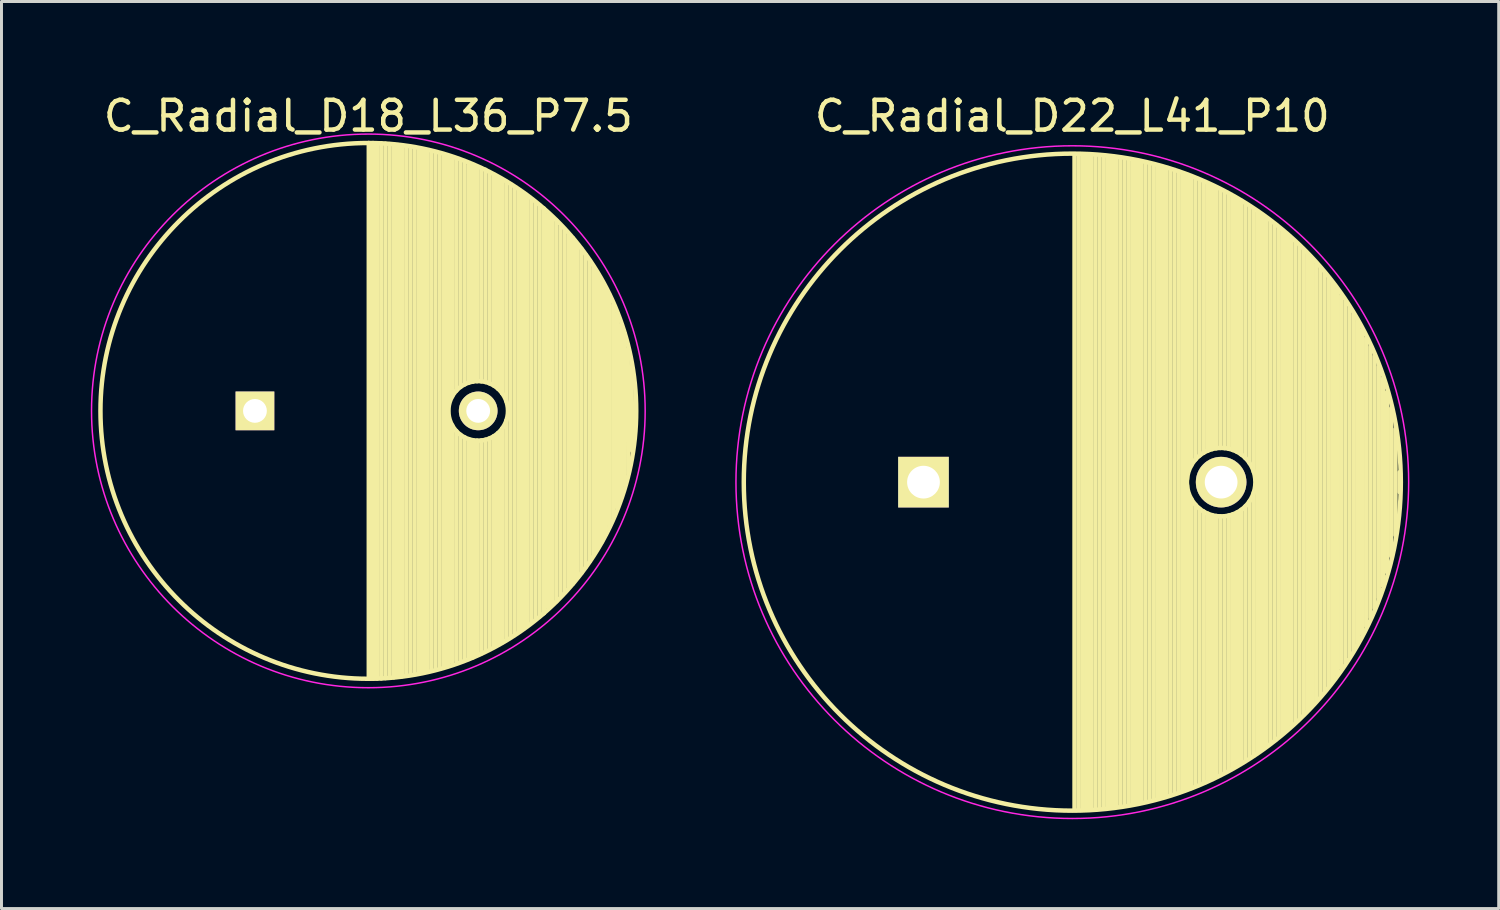
<source format=kicad_pcb>
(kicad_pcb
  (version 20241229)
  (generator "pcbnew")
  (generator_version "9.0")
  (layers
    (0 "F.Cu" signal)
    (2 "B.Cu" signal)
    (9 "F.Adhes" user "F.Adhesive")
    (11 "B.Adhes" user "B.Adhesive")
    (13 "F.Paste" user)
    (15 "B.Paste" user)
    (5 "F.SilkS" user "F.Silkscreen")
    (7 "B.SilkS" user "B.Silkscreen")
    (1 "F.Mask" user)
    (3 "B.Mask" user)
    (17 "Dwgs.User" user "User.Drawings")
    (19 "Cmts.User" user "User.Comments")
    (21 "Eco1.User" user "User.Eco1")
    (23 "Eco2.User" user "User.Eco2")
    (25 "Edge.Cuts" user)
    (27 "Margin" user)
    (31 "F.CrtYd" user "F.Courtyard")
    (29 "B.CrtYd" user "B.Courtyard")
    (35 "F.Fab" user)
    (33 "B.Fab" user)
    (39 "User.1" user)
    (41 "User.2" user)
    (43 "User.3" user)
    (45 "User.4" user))
  (footprint "C_Radial_D18_L36_P7.5"
    (layer "F.Cu")
    (at 5.515 10.754)
    (property "Reference" "C_Radial_D18_L36_P7.5" (at 3.81 -9.906 0) (layer "F.SilkS") (effects (font (size 1 1) (thickness 0.15))))
    (attr through_hole)
    (fp_line (start 3.825 -9) (end 3.825 9) (stroke (width 0.15) (type solid)) (layer "F.SilkS"))
    (fp_line (start 3.965 -8.997) (end 3.965 8.997) (stroke (width 0.15) (type solid)) (layer "F.SilkS"))
    (fp_line (start 4.105 -8.992) (end 4.105 8.992) (stroke (width 0.15) (type solid)) (layer "F.SilkS"))
    (fp_line (start 4.245 -8.985) (end 4.245 8.985) (stroke (width 0.15) (type solid)) (layer "F.SilkS"))
    (fp_line (start 4.385 -8.975) (end 4.385 8.975) (stroke (width 0.15) (type solid)) (layer "F.SilkS"))
    (fp_line (start 4.525 -8.962) (end 4.525 8.962) (stroke (width 0.15) (type solid)) (layer "F.SilkS"))
    (fp_line (start 4.665 -8.948) (end 4.665 8.948) (stroke (width 0.15) (type solid)) (layer "F.SilkS"))
    (fp_line (start 4.805 -8.93) (end 4.805 8.93) (stroke (width 0.15) (type solid)) (layer "F.SilkS"))
    (fp_line (start 4.945 -8.91) (end 4.945 8.91) (stroke (width 0.15) (type solid)) (layer "F.SilkS"))
    (fp_line (start 5.085 -8.888) (end 5.085 8.888) (stroke (width 0.15) (type solid)) (layer "F.SilkS"))
    (fp_line (start 5.225 -8.863) (end 5.225 8.863) (stroke (width 0.15) (type solid)) (layer "F.SilkS"))
    (fp_line (start 5.365 -8.835) (end 5.365 8.835) (stroke (width 0.15) (type solid)) (layer "F.SilkS"))
    (fp_line (start 5.505 -8.805) (end 5.505 8.805) (stroke (width 0.15) (type solid)) (layer "F.SilkS"))
    (fp_line (start 5.645 -8.772) (end 5.645 8.772) (stroke (width 0.15) (type solid)) (layer "F.SilkS"))
    (fp_line (start 5.785 -8.737) (end 5.785 8.737) (stroke (width 0.15) (type solid)) (layer "F.SilkS"))
    (fp_line (start 5.925 -8.699) (end 5.925 8.699) (stroke (width 0.15) (type solid)) (layer "F.SilkS"))
    (fp_line (start 6.065 -8.658) (end 6.065 8.658) (stroke (width 0.15) (type solid)) (layer "F.SilkS"))
    (fp_line (start 6.205 -8.614) (end 6.205 8.614) (stroke (width 0.15) (type solid)) (layer "F.SilkS"))
    (fp_line (start 6.345 -8.567) (end 6.345 8.567) (stroke (width 0.15) (type solid)) (layer "F.SilkS"))
    (fp_line (start 6.485 -8.518) (end 6.485 8.518) (stroke (width 0.15) (type solid)) (layer "F.SilkS"))
    (fp_line (start 6.625 -8.466) (end 6.625 -0.484) (stroke (width 0.15) (type solid)) (layer "F.SilkS"))
    (fp_line (start 6.625 0.484) (end 6.625 8.466) (stroke (width 0.15) (type solid)) (layer "F.SilkS"))
    (fp_line (start 6.765 -8.45) (end 6.765 -0.678) (stroke (width 0.15) (type solid)) (layer "F.SilkS"))
    (fp_line (start 6.765 0.678) (end 6.765 8.41) (stroke (width 0.15) (type solid)) (layer "F.SilkS"))
    (fp_line (start 6.905 -8.4) (end 6.905 -0.804) (stroke (width 0.15) (type solid)) (layer "F.SilkS"))
    (fp_line (start 6.905 0.804) (end 6.905 8.38) (stroke (width 0.15) (type solid)) (layer "F.SilkS"))
    (fp_line (start 7.045 -8.35) (end 7.045 -0.89) (stroke (width 0.15) (type solid)) (layer "F.SilkS"))
    (fp_line (start 7.045 0.89) (end 7.045 8.35) (stroke (width 0.15) (type solid)) (layer "F.SilkS"))
    (fp_line (start 7.185 -8.25) (end 7.185 -0.949) (stroke (width 0.15) (type solid)) (layer "F.SilkS"))
    (fp_line (start 7.185 0.949) (end 7.185 8.33) (stroke (width 0.15) (type solid)) (layer "F.SilkS"))
    (fp_line (start 7.325 -8.25) (end 7.325 -0.985) (stroke (width 0.15) (type solid)) (layer "F.SilkS"))
    (fp_line (start 7.325 0.985) (end 7.325 8.28) (stroke (width 0.15) (type solid)) (layer "F.SilkS"))
    (fp_line (start 7.465 -8.185) (end 7.465 -0.999) (stroke (width 0.15) (type solid)) (layer "F.SilkS"))
    (fp_line (start 7.465 0.999) (end 7.465 8.2) (stroke (width 0.15) (type solid)) (layer "F.SilkS"))
    (fp_line (start 7.605 -8.15) (end 7.605 -0.994) (stroke (width 0.15) (type solid)) (layer "F.SilkS"))
    (fp_line (start 7.605 0.994) (end 7.605 8.15) (stroke (width 0.15) (type solid)) (layer "F.SilkS"))
    (fp_line (start 7.745 -8.1) (end 7.745 -0.97) (stroke (width 0.15) (type solid)) (layer "F.SilkS"))
    (fp_line (start 7.745 0.97) (end 7.745 8.05) (stroke (width 0.15) (type solid)) (layer "F.SilkS"))
    (fp_line (start 7.885 -8) (end 7.885 -0.923) (stroke (width 0.15) (type solid)) (layer "F.SilkS"))
    (fp_line (start 7.885 0.923) (end 7.885 7.95) (stroke (width 0.15) (type solid)) (layer "F.SilkS"))
    (fp_line (start 8.025 -7.9) (end 8.025 -0.851) (stroke (width 0.15) (type solid)) (layer "F.SilkS"))
    (fp_line (start 8.025 0.851) (end 8.025 7.87) (stroke (width 0.15) (type solid)) (layer "F.SilkS"))
    (fp_line (start 8.165 -7.8) (end 8.165 -0.747) (stroke (width 0.15) (type solid)) (layer "F.SilkS"))
    (fp_line (start 8.165 0.747) (end 8.165 7.85) (stroke (width 0.15) (type solid)) (layer "F.SilkS"))
    (fp_line (start 8.305 -7.75) (end 8.305 -0.593) (stroke (width 0.15) (type solid)) (layer "F.SilkS"))
    (fp_line (start 8.305 0.593) (end 8.305 7.78) (stroke (width 0.15) (type solid)) (layer "F.SilkS"))
    (fp_line (start 8.445 -7.7) (end 8.445 -0.327) (stroke (width 0.15) (type solid)) (layer "F.SilkS"))
    (fp_line (start 8.445 0.327) (end 8.445 7.7) (stroke (width 0.15) (type solid)) (layer "F.SilkS"))
    (fp_line (start 8.585 -7.6) (end 8.585 7.6) (stroke (width 0.15) (type solid)) (layer "F.SilkS"))
    (fp_line (start 8.725 -7.5) (end 8.725 7.5) (stroke (width 0.15) (type solid)) (layer "F.SilkS"))
    (fp_line (start 8.865 -7.4) (end 8.865 7.4) (stroke (width 0.15) (type solid)) (layer "F.SilkS"))
    (fp_line (start 9.005 -7.3) (end 9.005 7.3) (stroke (width 0.15) (type solid)) (layer "F.SilkS"))
    (fp_line (start 9.145 -7.2) (end 9.145 7.2) (stroke (width 0.15) (type solid)) (layer "F.SilkS"))
    (fp_line (start 9.285 -7.1) (end 9.285 7.1) (stroke (width 0.15) (type solid)) (layer "F.SilkS"))
    (fp_line (start 9.425 -7) (end 9.425 7) (stroke (width 0.15) (type solid)) (layer "F.SilkS"))
    (fp_line (start 9.565 -6.9) (end 9.565 6.9) (stroke (width 0.15) (type solid)) (layer "F.SilkS"))
    (fp_line (start 9.705 -6.8) (end 9.705 6.8) (stroke (width 0.15) (type solid)) (layer "F.SilkS"))
    (fp_line (start 9.845 -6.6) (end 9.845 6.6) (stroke (width 0.15) (type solid)) (layer "F.SilkS"))
    (fp_line (start 9.985 -6.5) (end 9.985 6.5) (stroke (width 0.15) (type solid)) (layer "F.SilkS"))
    (fp_line (start 10.125 -6.4) (end 10.125 6.4) (stroke (width 0.15) (type solid)) (layer "F.SilkS"))
    (fp_line (start 10.265 -6.2) (end 10.265 6.2) (stroke (width 0.15) (type solid)) (layer "F.SilkS"))
    (fp_line (start 10.405 -6.1) (end 10.405 6.1) (stroke (width 0.15) (type solid)) (layer "F.SilkS"))
    (fp_line (start 10.545 -5.9) (end 10.545 5.9) (stroke (width 0.15) (type solid)) (layer "F.SilkS"))
    (fp_line (start 10.685 -5.8) (end 10.685 5.8) (stroke (width 0.15) (type solid)) (layer "F.SilkS"))
    (fp_line (start 10.825 -5.6) (end 10.825 5.6) (stroke (width 0.15) (type solid)) (layer "F.SilkS"))
    (fp_line (start 10.965 -5.45) (end 10.965 5.45) (stroke (width 0.15) (type solid)) (layer "F.SilkS"))
    (fp_line (start 11.105 -5.25) (end 11.105 5.25) (stroke (width 0.15) (type solid)) (layer "F.SilkS"))
    (fp_line (start 11.245 -5.05) (end 11.245 5.05) (stroke (width 0.15) (type solid)) (layer "F.SilkS"))
    (fp_line (start 11.385 -4.8) (end 11.385 4.8) (stroke (width 0.15) (type solid)) (layer "F.SilkS"))
    (fp_line (start 11.525 -4.6) (end 11.525 4.6) (stroke (width 0.15) (type solid)) (layer "F.SilkS"))
    (fp_line (start 11.659 4.394) (end 11.659 -4.318) (stroke (width 0.15) (type solid)) (layer "F.SilkS"))
    (fp_line (start 11.786 4.14) (end 11.786 -4.115) (stroke (width 0.15) (type solid)) (layer "F.SilkS"))
    (fp_line (start 11.913 -3.886) (end 11.913 3.835) (stroke (width 0.15) (type solid)) (layer "F.SilkS"))
    (fp_line (start 12.04 3.581) (end 12.04 -3.556) (stroke (width 0.15) (type solid)) (layer "F.SilkS"))
    (fp_line (start 12.167 -3.277) (end 12.167 3.251) (stroke (width 0.15) (type solid)) (layer "F.SilkS"))
    (fp_line (start 12.294 2.946) (end 12.294 -2.896) (stroke (width 0.15) (type solid)) (layer "F.SilkS"))
    (fp_line (start 12.421 -2.591) (end 12.421 2.489) (stroke (width 0.15) (type solid)) (layer "F.SilkS"))
    (fp_line (start 12.548 2.083) (end 12.522 -2.057) (stroke (width 0.15) (type solid)) (layer "F.SilkS"))
    (fp_line (start 12.649 -1.473) (end 12.675 1.346) (stroke (width 0.15) (type solid)) (layer "F.SilkS"))
    (fp_circle (center 3.81 0) (end 3.81 -9) (stroke (width 0.15) (type solid)) (fill no) (layer "F.SilkS"))
    (fp_circle (center 7.5 0) (end 7.5 -1) (stroke (width 0.15) (type solid)) (fill no) (layer "F.SilkS"))
    (fp_circle (center 3.81 0) (end 3.81 -9.3) (stroke (width 0.05) (type solid)) (fill no) (layer "F.CrtYd"))
    (pad "1" thru_hole rect (at 0 0) (size 1.3 1.3) (drill 0.8) (layers "*.Cu" "*.Mask" "F.SilkS"))
    (pad "2" thru_hole circle (at 7.5 0) (size 1.3 1.3) (drill 0.8) (layers "*.Cu" "*.Mask" "F.SilkS")))
  (footprint "C_Radial_D22_L41_P10"
    (layer "F.Cu")
    (at 27.975 13.148)
    (property "Reference" "C_Radial_D22_L41_P10" (at 5 -12.3 0) (layer "F.SilkS") (effects (font (size 1 1) (thickness 0.15))))
    (attr through_hole)
    (fp_line (start 5.075 -11) (end 5.075 11) (stroke (width 0.15) (type solid)) (layer "F.SilkS"))
    (fp_line (start 5.215 -10.998) (end 5.215 10.998) (stroke (width 0.15) (type solid)) (layer "F.SilkS"))
    (fp_line (start 5.355 -10.994) (end 5.355 10.994) (stroke (width 0.15) (type solid)) (layer "F.SilkS"))
    (fp_line (start 5.495 -10.989) (end 5.495 10.989) (stroke (width 0.15) (type solid)) (layer "F.SilkS"))
    (fp_line (start 5.635 -10.982) (end 5.635 10.982) (stroke (width 0.15) (type solid)) (layer "F.SilkS"))
    (fp_line (start 5.775 -10.973) (end 5.775 10.973) (stroke (width 0.15) (type solid)) (layer "F.SilkS"))
    (fp_line (start 5.915 -10.962) (end 5.915 10.962) (stroke (width 0.15) (type solid)) (layer "F.SilkS"))
    (fp_line (start 6.055 -10.949) (end 6.055 10.949) (stroke (width 0.15) (type solid)) (layer "F.SilkS"))
    (fp_line (start 6.195 -10.935) (end 6.195 10.935) (stroke (width 0.15) (type solid)) (layer "F.SilkS"))
    (fp_line (start 6.335 -10.919) (end 6.335 10.919) (stroke (width 0.15) (type solid)) (layer "F.SilkS"))
    (fp_line (start 6.475 -10.901) (end 6.475 10.901) (stroke (width 0.15) (type solid)) (layer "F.SilkS"))
    (fp_line (start 6.615 -10.881) (end 6.615 10.881) (stroke (width 0.15) (type solid)) (layer "F.SilkS"))
    (fp_line (start 6.755 -10.859) (end 6.755 10.859) (stroke (width 0.15) (type solid)) (layer "F.SilkS"))
    (fp_line (start 6.895 -10.836) (end 6.895 10.836) (stroke (width 0.15) (type solid)) (layer "F.SilkS"))
    (fp_line (start 7.035 -10.81) (end 7.035 10.81) (stroke (width 0.15) (type solid)) (layer "F.SilkS"))
    (fp_line (start 7.175 -10.783) (end 7.175 10.783) (stroke (width 0.15) (type solid)) (layer "F.SilkS"))
    (fp_line (start 7.315 -10.754) (end 7.315 10.754) (stroke (width 0.15) (type solid)) (layer "F.SilkS"))
    (fp_line (start 7.455 -10.723) (end 7.455 10.723) (stroke (width 0.15) (type solid)) (layer "F.SilkS"))
    (fp_line (start 7.595 -10.69) (end 7.595 10.69) (stroke (width 0.15) (type solid)) (layer "F.SilkS"))
    (fp_line (start 7.735 -10.655) (end 7.735 10.655) (stroke (width 0.15) (type solid)) (layer "F.SilkS"))
    (fp_line (start 7.875 -10.618) (end 7.875 10.618) (stroke (width 0.15) (type solid)) (layer "F.SilkS"))
    (fp_line (start 8.015 -10.579) (end 8.015 10.579) (stroke (width 0.15) (type solid)) (layer "F.SilkS"))
    (fp_line (start 8.155 -10.538) (end 8.155 10.538) (stroke (width 0.15) (type solid)) (layer "F.SilkS"))
    (fp_line (start 8.295 -10.495) (end 8.295 10.495) (stroke (width 0.15) (type solid)) (layer "F.SilkS"))
    (fp_line (start 8.435 -10.45) (end 8.435 10.45) (stroke (width 0.15) (type solid)) (layer "F.SilkS"))
    (fp_line (start 8.575 -10.403) (end 8.575 10.403) (stroke (width 0.15) (type solid)) (layer "F.SilkS"))
    (fp_line (start 8.715 -10.354) (end 8.715 10.354) (stroke (width 0.15) (type solid)) (layer "F.SilkS"))
    (fp_line (start 8.855 -10.302) (end 8.855 -0.107) (stroke (width 0.15) (type solid)) (layer "F.SilkS"))
    (fp_line (start 8.855 0.107) (end 8.855 10.302) (stroke (width 0.15) (type solid)) (layer "F.SilkS"))
    (fp_line (start 8.995 -10.249) (end 8.995 -0.559) (stroke (width 0.15) (type solid)) (layer "F.SilkS"))
    (fp_line (start 8.995 0.559) (end 8.995 10.249) (stroke (width 0.15) (type solid)) (layer "F.SilkS"))
    (fp_line (start 9.135 -10.193) (end 9.135 -0.758) (stroke (width 0.15) (type solid)) (layer "F.SilkS"))
    (fp_line (start 9.135 0.758) (end 9.135 10.193) (stroke (width 0.15) (type solid)) (layer "F.SilkS"))
    (fp_line (start 9.275 -10.135) (end 9.275 -0.893) (stroke (width 0.15) (type solid)) (layer "F.SilkS"))
    (fp_line (start 9.275 0.893) (end 9.275 10.135) (stroke (width 0.15) (type solid)) (layer "F.SilkS"))
    (fp_line (start 9.415 -10.075) (end 9.415 -0.99) (stroke (width 0.15) (type solid)) (layer "F.SilkS"))
    (fp_line (start 9.415 0.99) (end 9.415 10.075) (stroke (width 0.15) (type solid)) (layer "F.SilkS"))
    (fp_line (start 9.555 -10.013) (end 9.555 -1.06) (stroke (width 0.15) (type solid)) (layer "F.SilkS"))
    (fp_line (start 9.555 1.06) (end 9.555 10.013) (stroke (width 0.15) (type solid)) (layer "F.SilkS"))
    (fp_line (start 9.695 -9.948) (end 9.695 -1.109) (stroke (width 0.15) (type solid)) (layer "F.SilkS"))
    (fp_line (start 9.695 1.109) (end 9.695 9.948) (stroke (width 0.15) (type solid)) (layer "F.SilkS"))
    (fp_line (start 9.835 -9.88) (end 9.835 -1.138) (stroke (width 0.15) (type solid)) (layer "F.SilkS"))
    (fp_line (start 9.835 1.138) (end 9.835 9.88) (stroke (width 0.15) (type solid)) (layer "F.SilkS"))
    (fp_line (start 9.975 -9.811) (end 9.975 -1.15) (stroke (width 0.15) (type solid)) (layer "F.SilkS"))
    (fp_line (start 9.975 1.15) (end 9.975 9.811) (stroke (width 0.15) (type solid)) (layer "F.SilkS"))
    (fp_line (start 10.115 -9.738) (end 10.115 -1.144) (stroke (width 0.15) (type solid)) (layer "F.SilkS"))
    (fp_line (start 10.115 1.144) (end 10.115 9.738) (stroke (width 0.15) (type solid)) (layer "F.SilkS"))
    (fp_line (start 10.255 -9.664) (end 10.255 -1.121) (stroke (width 0.15) (type solid)) (layer "F.SilkS"))
    (fp_line (start 10.255 1.121) (end 10.255 9.664) (stroke (width 0.15) (type solid)) (layer "F.SilkS"))
    (fp_line (start 10.395 -9.586) (end 10.395 -1.08) (stroke (width 0.15) (type solid)) (layer "F.SilkS"))
    (fp_line (start 10.395 1.08) (end 10.395 9.586) (stroke (width 0.15) (type solid)) (layer "F.SilkS"))
    (fp_line (start 10.535 -9.506) (end 10.535 -1.018) (stroke (width 0.15) (type solid)) (layer "F.SilkS"))
    (fp_line (start 10.535 1.018) (end 10.535 9.506) (stroke (width 0.15) (type solid)) (layer "F.SilkS"))
    (fp_line (start 10.675 -9.423) (end 10.675 -0.931) (stroke (width 0.15) (type solid)) (layer "F.SilkS"))
    (fp_line (start 10.675 0.931) (end 10.675 9.423) (stroke (width 0.15) (type solid)) (layer "F.SilkS"))
    (fp_line (start 10.815 -9.337) (end 10.815 -0.811) (stroke (width 0.15) (type solid)) (layer "F.SilkS"))
    (fp_line (start 10.815 0.811) (end 10.815 9.337) (stroke (width 0.15) (type solid)) (layer "F.SilkS"))
    (fp_line (start 10.955 -9.249) (end 10.955 -0.641) (stroke (width 0.15) (type solid)) (layer "F.SilkS"))
    (fp_line (start 10.955 0.641) (end 10.955 9.249) (stroke (width 0.15) (type solid)) (layer "F.SilkS"))
    (fp_line (start 11.095 -9.157) (end 11.095 -0.351) (stroke (width 0.15) (type solid)) (layer "F.SilkS"))
    (fp_line (start 11.095 0.351) (end 11.095 9.157) (stroke (width 0.15) (type solid)) (layer "F.SilkS"))
    (fp_line (start 11.235 -9.062) (end 11.235 9.062) (stroke (width 0.15) (type solid)) (layer "F.SilkS"))
    (fp_line (start 11.375 -8.964) (end 11.375 8.964) (stroke (width 0.15) (type solid)) (layer "F.SilkS"))
    (fp_line (start 11.515 -8.863) (end 11.515 8.863) (stroke (width 0.15) (type solid)) (layer "F.SilkS"))
    (fp_line (start 11.655 -8.758) (end 11.655 8.758) (stroke (width 0.15) (type solid)) (layer "F.SilkS"))
    (fp_line (start 11.795 -8.65) (end 11.795 8.65) (stroke (width 0.15) (type solid)) (layer "F.SilkS"))
    (fp_line (start 11.935 -8.538) (end 11.935 8.538) (stroke (width 0.15) (type solid)) (layer "F.SilkS"))
    (fp_line (start 12.075 -8.423) (end 12.075 8.423) (stroke (width 0.15) (type solid)) (layer "F.SilkS"))
    (fp_line (start 12.215 -8.303) (end 12.215 8.303) (stroke (width 0.15) (type solid)) (layer "F.SilkS"))
    (fp_line (start 12.355 -8.179) (end 12.355 8.179) (stroke (width 0.15) (type solid)) (layer "F.SilkS"))
    (fp_line (start 12.495 -8.051) (end 12.495 8.051) (stroke (width 0.15) (type solid)) (layer "F.SilkS"))
    (fp_line (start 12.635 -7.919) (end 12.635 7.919) (stroke (width 0.15) (type solid)) (layer "F.SilkS"))
    (fp_line (start 12.775 -7.781) (end 12.775 7.781) (stroke (width 0.15) (type solid)) (layer "F.SilkS"))
    (fp_line (start 12.915 -7.639) (end 12.915 7.639) (stroke (width 0.15) (type solid)) (layer "F.SilkS"))
    (fp_line (start 13.055 -7.491) (end 13.055 7.491) (stroke (width 0.15) (type solid)) (layer "F.SilkS"))
    (fp_line (start 13.195 -7.338) (end 13.195 7.338) (stroke (width 0.15) (type solid)) (layer "F.SilkS"))
    (fp_line (start 13.335 -7.178) (end 13.335 7.178) (stroke (width 0.15) (type solid)) (layer "F.SilkS"))
    (fp_line (start 13.475 -7.012) (end 13.475 7.012) (stroke (width 0.15) (type solid)) (layer "F.SilkS"))
    (fp_line (start 13.615 -6.84) (end 13.615 6.84) (stroke (width 0.15) (type solid)) (layer "F.SilkS"))
    (fp_line (start 13.755 -6.66) (end 13.755 6.66) (stroke (width 0.15) (type solid)) (layer "F.SilkS"))
    (fp_line (start 13.895 -6.471) (end 13.895 6.471) (stroke (width 0.15) (type solid)) (layer "F.SilkS"))
    (fp_line (start 14.035 -6.274) (end 14.035 6.274) (stroke (width 0.15) (type solid)) (layer "F.SilkS"))
    (fp_line (start 14.175 -6.068) (end 14.175 6.068) (stroke (width 0.15) (type solid)) (layer "F.SilkS"))
    (fp_line (start 14.315 -5.851) (end 14.315 5.851) (stroke (width 0.15) (type solid)) (layer "F.SilkS"))
    (fp_line (start 14.455 -5.622) (end 14.455 5.622) (stroke (width 0.15) (type solid)) (layer "F.SilkS"))
    (fp_line (start 14.595 -5.379) (end 14.595 5.379) (stroke (width 0.15) (type solid)) (layer "F.SilkS"))
    (fp_line (start 14.735 -5.122) (end 14.735 5.122) (stroke (width 0.15) (type solid)) (layer "F.SilkS"))
    (fp_line (start 14.875 -4.846) (end 14.875 4.846) (stroke (width 0.15) (type solid)) (layer "F.SilkS"))
    (fp_line (start 15.015 -4.55) (end 15.015 4.55) (stroke (width 0.15) (type solid)) (layer "F.SilkS"))
    (fp_line (start 15.155 -4.228) (end 15.155 4.228) (stroke (width 0.15) (type solid)) (layer "F.SilkS"))
    (fp_line (start 15.295 -3.875) (end 15.295 3.875) (stroke (width 0.15) (type solid)) (layer "F.SilkS"))
    (fp_line (start 15.435 -3.48) (end 15.435 3.48) (stroke (width 0.15) (type solid)) (layer "F.SilkS"))
    (fp_line (start 15.575 -3.028) (end 15.575 3.028) (stroke (width 0.15) (type solid)) (layer "F.SilkS"))
    (fp_line (start 15.715 -2.488) (end 15.715 2.488) (stroke (width 0.15) (type solid)) (layer "F.SilkS"))
    (fp_line (start 15.855 -1.78) (end 15.855 1.78) (stroke (width 0.15) (type solid)) (layer "F.SilkS"))
    (fp_line (start 15.995 -0.332) (end 15.995 0.332) (stroke (width 0.15) (type solid)) (layer "F.SilkS"))
    (fp_circle (center 5 0) (end 5 -11.037) (stroke (width 0.15) (type solid)) (fill no) (layer "F.SilkS"))
    (fp_circle (center 10 0) (end 10 -1.15) (stroke (width 0.15) (type solid)) (fill no) (layer "F.SilkS"))
    (fp_circle (center 5 0) (end 5 -11.3) (stroke (width 0.05) (type solid)) (fill no) (layer "F.CrtYd"))
    (pad "1" thru_hole rect (at 0 0) (size 1.7 1.7) (drill 1.1) (layers "*.Cu" "*.Mask" "F.SilkS"))
    (pad "2" thru_hole circle (at 10 0) (size 1.7 1.7) (drill 1.1) (layers "*.Cu" "*.Mask" "F.SilkS")))
  (gr_rect
    (start -3 -3)
    (end 47.3 27.473)
    (stroke (width 0.1) (type default))
    (fill no)
    (layer "Edge.Cuts")))
</source>
